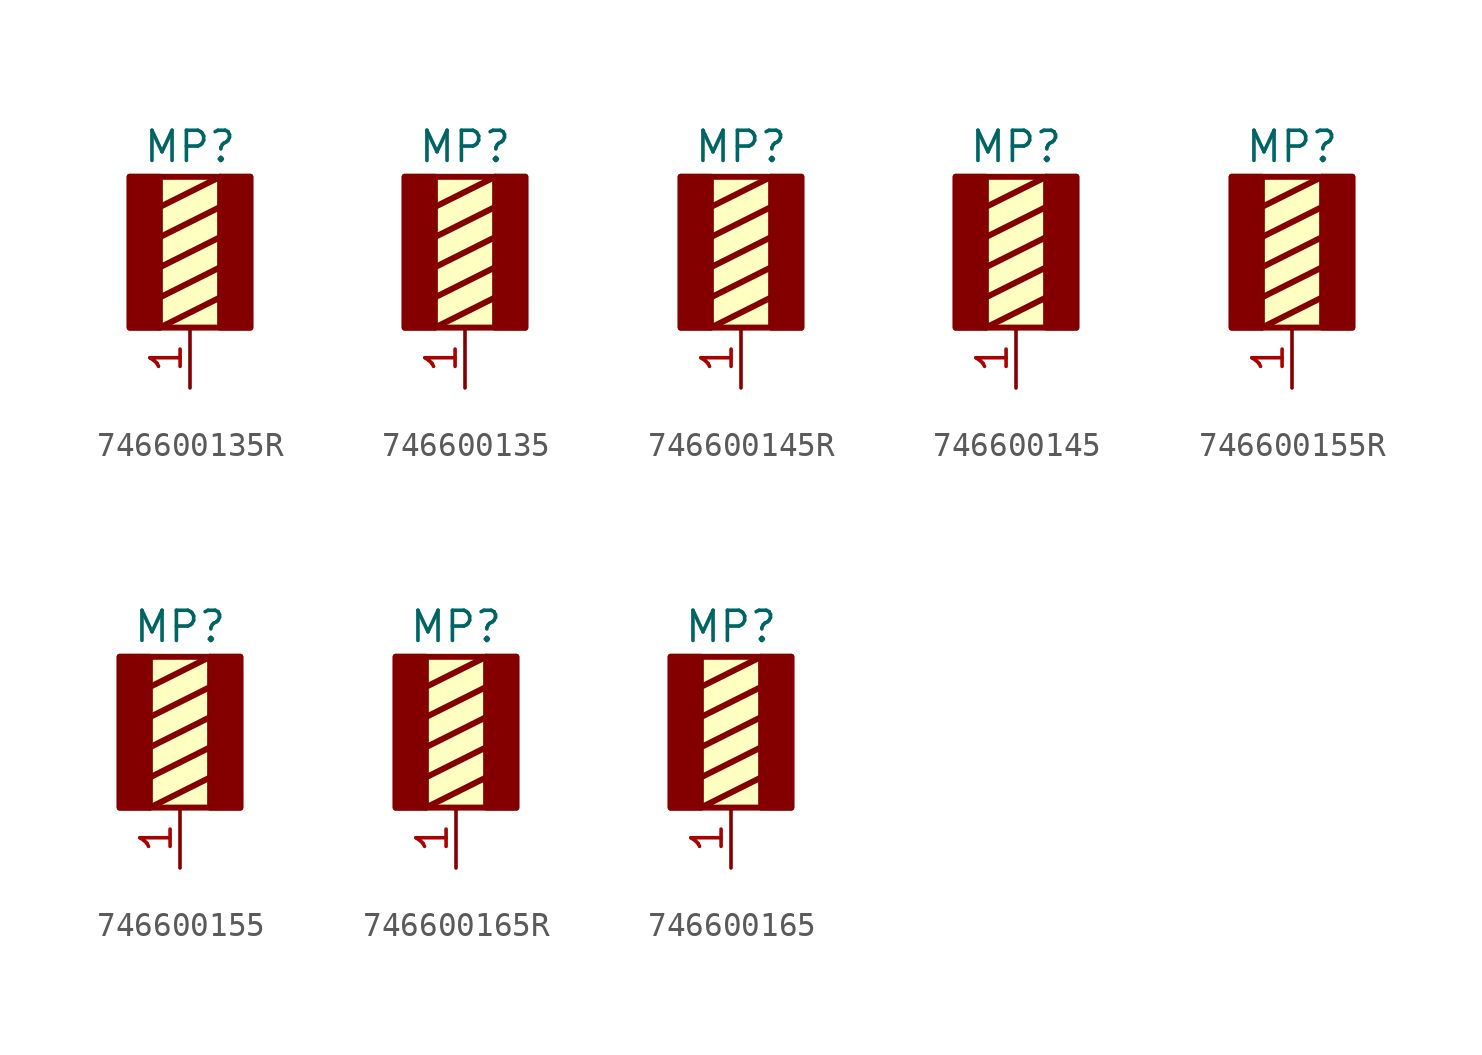
<source format=kicad_sym>
(kicad_symbol_lib
  (version 20220914)
  (generator kicad_symbol_editor)
  (symbol "746600135R"
    (pin_names hide)
    (property "Reference" "MP"
      (at 0 5.08 0)
      (effects (font (size 1.27 1.27))))
    (symbol "746600135R_0_0"
      (rectangle (start -2.54 3.81) (end 2.54 -2.54) (stroke (width 0.254) (type default)) (fill (type background)))
      (polyline (pts (xy -1.27 2.54) (xy 1.27 3.81)) (stroke (width 0.254) (type default)) (fill (type none)))
      (polyline (pts (xy 1.27 -1.27) (xy -1.27 -2.54)) (stroke (width 0.254) (type default)) (fill (type none)))
      (polyline (pts (xy 1.27 0) (xy -1.27 -1.27)) (stroke (width 0.254) (type default)) (fill (type none)))
      (polyline (pts (xy 1.27 1.27) (xy -1.27 0)) (stroke (width 0.254) (type default)) (fill (type none)))
      (polyline (pts (xy 1.27 2.54) (xy -1.27 1.27)) (stroke (width 0.254) (type default)) (fill (type none))))
    (symbol "746600135R_1_0"
      (rectangle (start -2.54 3.81) (end -1.27 -2.54) (stroke (width 0.254) (type default)) (fill (type outline)))
      (rectangle (start 1.27 3.81) (end 2.54 -2.54) (stroke (width 0.254) (type default)) (fill (type outline)))
      (pin passive line (at 0 -5.08 90) (length 2.54) (name "1" (effects (font (size 1.27 1.27)))) (number "1" (effects (font (size 1.27 1.27)))))))
  (symbol "746600135"
    (pin_names hide)
    (property "Reference" "MP"
      (at 0 5.08 0)
      (effects (font (size 1.27 1.27))))
    (symbol "746600135_0_0"
      (rectangle (start -2.54 3.81) (end 2.54 -2.54) (stroke (width 0.254) (type default)) (fill (type background)))
      (polyline (pts (xy -1.27 2.54) (xy 1.27 3.81)) (stroke (width 0.254) (type default)) (fill (type none)))
      (polyline (pts (xy 1.27 -1.27) (xy -1.27 -2.54)) (stroke (width 0.254) (type default)) (fill (type none)))
      (polyline (pts (xy 1.27 0) (xy -1.27 -1.27)) (stroke (width 0.254) (type default)) (fill (type none)))
      (polyline (pts (xy 1.27 1.27) (xy -1.27 0)) (stroke (width 0.254) (type default)) (fill (type none)))
      (polyline (pts (xy 1.27 2.54) (xy -1.27 1.27)) (stroke (width 0.254) (type default)) (fill (type none))))
    (symbol "746600135_1_0"
      (rectangle (start -2.54 3.81) (end -1.27 -2.54) (stroke (width 0.254) (type default)) (fill (type outline)))
      (rectangle (start 1.27 3.81) (end 2.54 -2.54) (stroke (width 0.254) (type default)) (fill (type outline)))
      (pin passive line (at 0 -5.08 90) (length 2.54) (name "1" (effects (font (size 1.27 1.27)))) (number "1" (effects (font (size 1.27 1.27)))))))
  (symbol "746600145R"
    (pin_names hide)
    (property "Reference" "MP"
      (at 0 5.08 0)
      (effects (font (size 1.27 1.27))))
    (symbol "746600145R_0_0"
      (rectangle (start -2.54 3.81) (end 2.54 -2.54) (stroke (width 0.254) (type default)) (fill (type background)))
      (polyline (pts (xy -1.27 2.54) (xy 1.27 3.81)) (stroke (width 0.254) (type default)) (fill (type none)))
      (polyline (pts (xy 1.27 -1.27) (xy -1.27 -2.54)) (stroke (width 0.254) (type default)) (fill (type none)))
      (polyline (pts (xy 1.27 0) (xy -1.27 -1.27)) (stroke (width 0.254) (type default)) (fill (type none)))
      (polyline (pts (xy 1.27 1.27) (xy -1.27 0)) (stroke (width 0.254) (type default)) (fill (type none)))
      (polyline (pts (xy 1.27 2.54) (xy -1.27 1.27)) (stroke (width 0.254) (type default)) (fill (type none))))
    (symbol "746600145R_1_0"
      (rectangle (start -2.54 3.81) (end -1.27 -2.54) (stroke (width 0.254) (type default)) (fill (type outline)))
      (rectangle (start 1.27 3.81) (end 2.54 -2.54) (stroke (width 0.254) (type default)) (fill (type outline)))
      (pin passive line (at 0 -5.08 90) (length 2.54) (name "1" (effects (font (size 1.27 1.27)))) (number "1" (effects (font (size 1.27 1.27)))))))
  (symbol "746600145"
    (pin_names hide)
    (property "Reference" "MP"
      (at 0 5.08 0)
      (effects (font (size 1.27 1.27))))
    (symbol "746600145_0_0"
      (rectangle (start -2.54 3.81) (end 2.54 -2.54) (stroke (width 0.254) (type default)) (fill (type background)))
      (polyline (pts (xy -1.27 2.54) (xy 1.27 3.81)) (stroke (width 0.254) (type default)) (fill (type none)))
      (polyline (pts (xy 1.27 -1.27) (xy -1.27 -2.54)) (stroke (width 0.254) (type default)) (fill (type none)))
      (polyline (pts (xy 1.27 0) (xy -1.27 -1.27)) (stroke (width 0.254) (type default)) (fill (type none)))
      (polyline (pts (xy 1.27 1.27) (xy -1.27 0)) (stroke (width 0.254) (type default)) (fill (type none)))
      (polyline (pts (xy 1.27 2.54) (xy -1.27 1.27)) (stroke (width 0.254) (type default)) (fill (type none))))
    (symbol "746600145_1_0"
      (rectangle (start -2.54 3.81) (end -1.27 -2.54) (stroke (width 0.254) (type default)) (fill (type outline)))
      (rectangle (start 1.27 3.81) (end 2.54 -2.54) (stroke (width 0.254) (type default)) (fill (type outline)))
      (pin passive line (at 0 -5.08 90) (length 2.54) (name "1" (effects (font (size 1.27 1.27)))) (number "1" (effects (font (size 1.27 1.27)))))))
  (symbol "746600155R"
    (pin_names hide)
    (property "Reference" "MP"
      (at 0 5.08 0)
      (effects (font (size 1.27 1.27))))
    (symbol "746600155R_0_0"
      (rectangle (start -2.54 3.81) (end 2.54 -2.54) (stroke (width 0.254) (type default)) (fill (type background)))
      (polyline (pts (xy -1.27 2.54) (xy 1.27 3.81)) (stroke (width 0.254) (type default)) (fill (type none)))
      (polyline (pts (xy 1.27 -1.27) (xy -1.27 -2.54)) (stroke (width 0.254) (type default)) (fill (type none)))
      (polyline (pts (xy 1.27 0) (xy -1.27 -1.27)) (stroke (width 0.254) (type default)) (fill (type none)))
      (polyline (pts (xy 1.27 1.27) (xy -1.27 0)) (stroke (width 0.254) (type default)) (fill (type none)))
      (polyline (pts (xy 1.27 2.54) (xy -1.27 1.27)) (stroke (width 0.254) (type default)) (fill (type none))))
    (symbol "746600155R_1_0"
      (rectangle (start -2.54 3.81) (end -1.27 -2.54) (stroke (width 0.254) (type default)) (fill (type outline)))
      (rectangle (start 1.27 3.81) (end 2.54 -2.54) (stroke (width 0.254) (type default)) (fill (type outline)))
      (pin passive line (at 0 -5.08 90) (length 2.54) (name "1" (effects (font (size 1.27 1.27)))) (number "1" (effects (font (size 1.27 1.27)))))))
  (symbol "746600155"
    (pin_names hide)
    (property "Reference" "MP"
      (at 0 5.08 0)
      (effects (font (size 1.27 1.27))))
    (symbol "746600155_0_0"
      (rectangle (start -2.54 3.81) (end 2.54 -2.54) (stroke (width 0.254) (type default)) (fill (type background)))
      (polyline (pts (xy -1.27 2.54) (xy 1.27 3.81)) (stroke (width 0.254) (type default)) (fill (type none)))
      (polyline (pts (xy 1.27 -1.27) (xy -1.27 -2.54)) (stroke (width 0.254) (type default)) (fill (type none)))
      (polyline (pts (xy 1.27 0) (xy -1.27 -1.27)) (stroke (width 0.254) (type default)) (fill (type none)))
      (polyline (pts (xy 1.27 1.27) (xy -1.27 0)) (stroke (width 0.254) (type default)) (fill (type none)))
      (polyline (pts (xy 1.27 2.54) (xy -1.27 1.27)) (stroke (width 0.254) (type default)) (fill (type none))))
    (symbol "746600155_1_0"
      (rectangle (start -2.54 3.81) (end -1.27 -2.54) (stroke (width 0.254) (type default)) (fill (type outline)))
      (rectangle (start 1.27 3.81) (end 2.54 -2.54) (stroke (width 0.254) (type default)) (fill (type outline)))
      (pin passive line (at 0 -5.08 90) (length 2.54) (name "1" (effects (font (size 1.27 1.27)))) (number "1" (effects (font (size 1.27 1.27)))))))
  (symbol "746600165R"
    (pin_names hide)
    (property "Reference" "MP"
      (at 0 5.08 0)
      (effects (font (size 1.27 1.27))))
    (symbol "746600165R_0_0"
      (rectangle (start -2.54 3.81) (end 2.54 -2.54) (stroke (width 0.254) (type default)) (fill (type background)))
      (polyline (pts (xy -1.27 2.54) (xy 1.27 3.81)) (stroke (width 0.254) (type default)) (fill (type none)))
      (polyline (pts (xy 1.27 -1.27) (xy -1.27 -2.54)) (stroke (width 0.254) (type default)) (fill (type none)))
      (polyline (pts (xy 1.27 0) (xy -1.27 -1.27)) (stroke (width 0.254) (type default)) (fill (type none)))
      (polyline (pts (xy 1.27 1.27) (xy -1.27 0)) (stroke (width 0.254) (type default)) (fill (type none)))
      (polyline (pts (xy 1.27 2.54) (xy -1.27 1.27)) (stroke (width 0.254) (type default)) (fill (type none))))
    (symbol "746600165R_1_0"
      (rectangle (start -2.54 3.81) (end -1.27 -2.54) (stroke (width 0.254) (type default)) (fill (type outline)))
      (rectangle (start 1.27 3.81) (end 2.54 -2.54) (stroke (width 0.254) (type default)) (fill (type outline)))
      (pin passive line (at 0 -5.08 90) (length 2.54) (name "1" (effects (font (size 1.27 1.27)))) (number "1" (effects (font (size 1.27 1.27)))))))
  (symbol "746600165"
    (pin_names hide)
    (property "Reference" "MP"
      (at 0 5.08 0)
      (effects (font (size 1.27 1.27))))
    (symbol "746600165_0_0"
      (rectangle (start -2.54 3.81) (end 2.54 -2.54) (stroke (width 0.254) (type default)) (fill (type background)))
      (polyline (pts (xy -1.27 2.54) (xy 1.27 3.81)) (stroke (width 0.254) (type default)) (fill (type none)))
      (polyline (pts (xy 1.27 -1.27) (xy -1.27 -2.54)) (stroke (width 0.254) (type default)) (fill (type none)))
      (polyline (pts (xy 1.27 0) (xy -1.27 -1.27)) (stroke (width 0.254) (type default)) (fill (type none)))
      (polyline (pts (xy 1.27 1.27) (xy -1.27 0)) (stroke (width 0.254) (type default)) (fill (type none)))
      (polyline (pts (xy 1.27 2.54) (xy -1.27 1.27)) (stroke (width 0.254) (type default)) (fill (type none))))
    (symbol "746600165_1_0"
      (rectangle (start -2.54 3.81) (end -1.27 -2.54) (stroke (width 0.254) (type default)) (fill (type outline)))
      (rectangle (start 1.27 3.81) (end 2.54 -2.54) (stroke (width 0.254) (type default)) (fill (type outline)))
      (pin passive line (at 0 -5.08 90) (length 2.54) (name "1" (effects (font (size 1.27 1.27)))) (number "1" (effects (font (size 1.27 1.27))))))))
</source>
